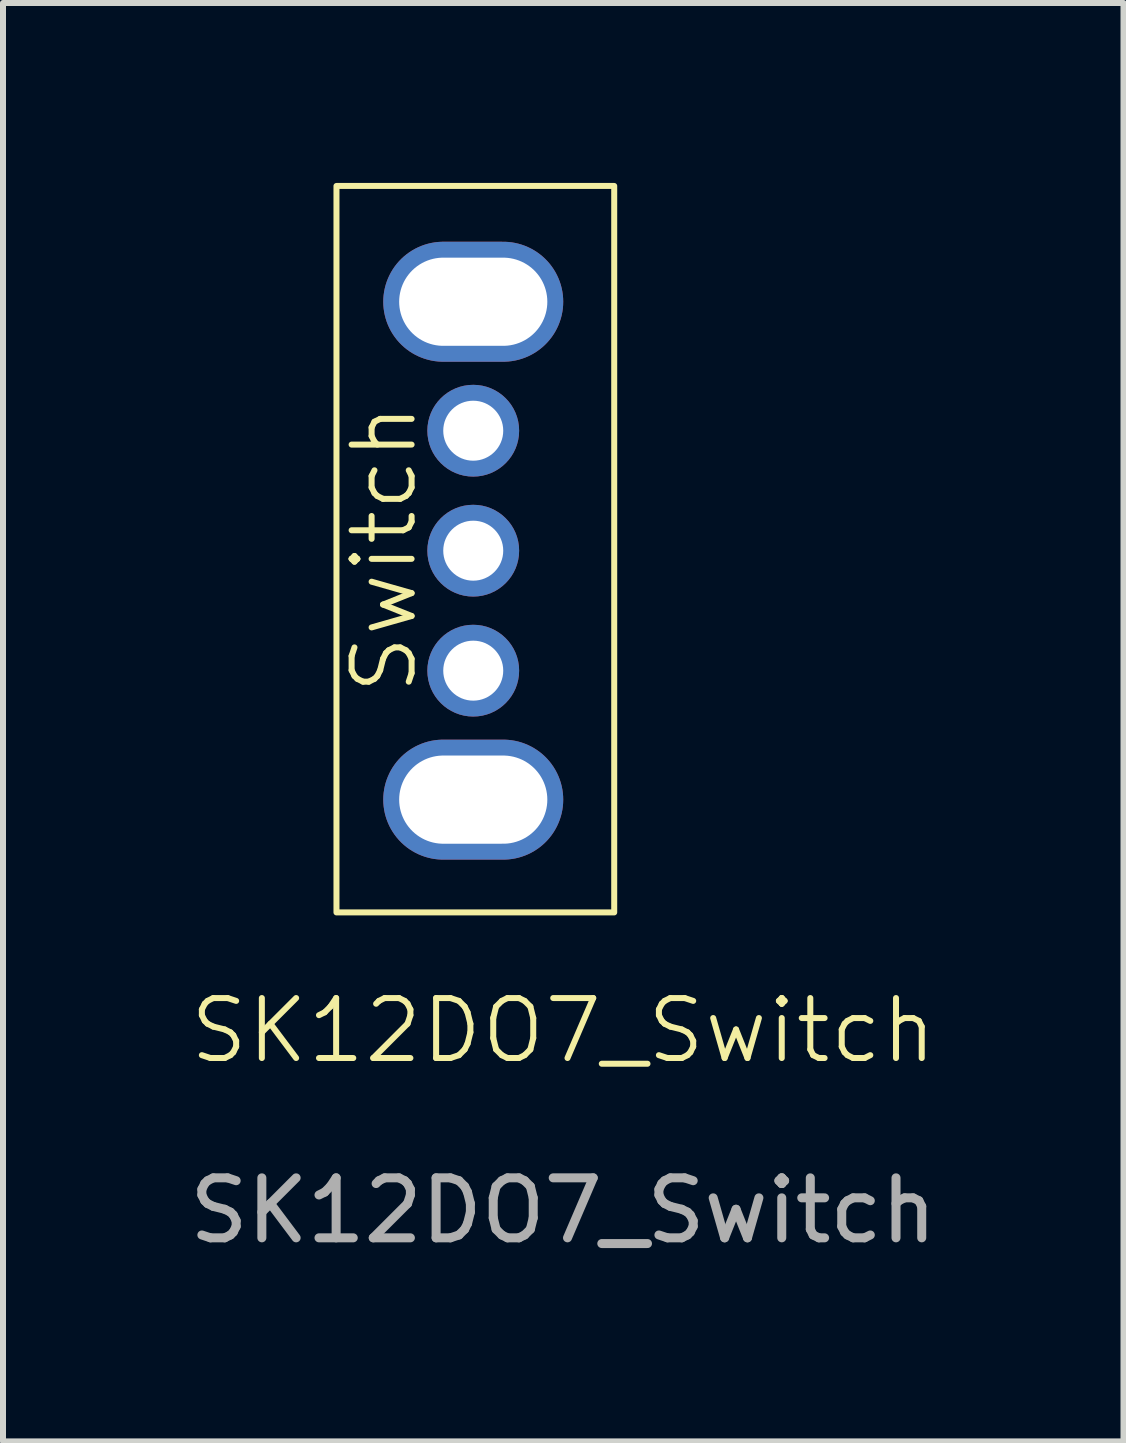
<source format=kicad_pcb>
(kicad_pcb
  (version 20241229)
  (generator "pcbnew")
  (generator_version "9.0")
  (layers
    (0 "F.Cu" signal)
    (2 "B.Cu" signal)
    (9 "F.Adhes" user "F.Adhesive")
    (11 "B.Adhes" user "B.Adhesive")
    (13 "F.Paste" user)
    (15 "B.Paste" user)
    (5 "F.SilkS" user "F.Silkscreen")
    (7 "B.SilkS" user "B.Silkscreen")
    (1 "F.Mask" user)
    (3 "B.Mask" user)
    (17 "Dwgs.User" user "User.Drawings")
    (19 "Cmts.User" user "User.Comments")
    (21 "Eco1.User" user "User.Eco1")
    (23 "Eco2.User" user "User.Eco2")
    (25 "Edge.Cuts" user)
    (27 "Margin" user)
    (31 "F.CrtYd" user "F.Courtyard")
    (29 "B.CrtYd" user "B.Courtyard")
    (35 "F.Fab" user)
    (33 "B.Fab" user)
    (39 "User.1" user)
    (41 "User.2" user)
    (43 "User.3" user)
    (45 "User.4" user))
  (footprint "SK12DO7_Switch"
    (layer "F.Cu")
    (at 6.339 14.63)
    (property "Reference" "SK12DO7_Switch" (at 0 -0.5 0) (unlocked yes) (layer "F.SilkS") (effects (font (size 1 1) (thickness 0.1))))
    (attr smd)
    (fp_rect (start -3.78 -14.58) (end 0.85 -2.47) (stroke (width 0.1) (type default)) (fill no) (layer "F.SilkS"))
    (fp_text user "Switch" (at -2.4 -6.06 90) (unlocked yes) (layer "F.SilkS") (effects (font (size 1 1) (thickness 0.1)) (justify left bottom)))
    (fp_text user "${REFERENCE}" (at 0 2.5 0) (unlocked yes) (layer "F.Fab") (effects (font (size 1 1) (thickness 0.15))))
    (pad "1" thru_hole circle (at -1.5 -8.5) (size 1.53 1.53) (drill 1) (layers "*.Cu" "*.Mask"))
    (pad "2" thru_hole circle (at -1.5 -10.5) (size 1.53 1.53) (drill 1) (layers "*.Cu" "*.Mask"))
    (pad "3" thru_hole oval (at -1.5 -12.65) (size 3 2) (drill oval 2.47 1.47) (layers "*.Cu" "*.Mask"))
    (pad "4" thru_hole circle (at -1.5 -6.5) (size 1.53 1.53) (drill 1) (layers "*.Cu" "*.Mask"))
    (pad "5" thru_hole oval (at -1.5 -4.35) (size 3 2) (drill oval 2.47 1.47) (layers "*.Cu" "*.Mask")))
  (gr_rect
    (start -3 -3)
    (end 15.679 20.978)
    (stroke (width 0.1) (type default))
    (fill no)
    (layer "Edge.Cuts")))
</source>
